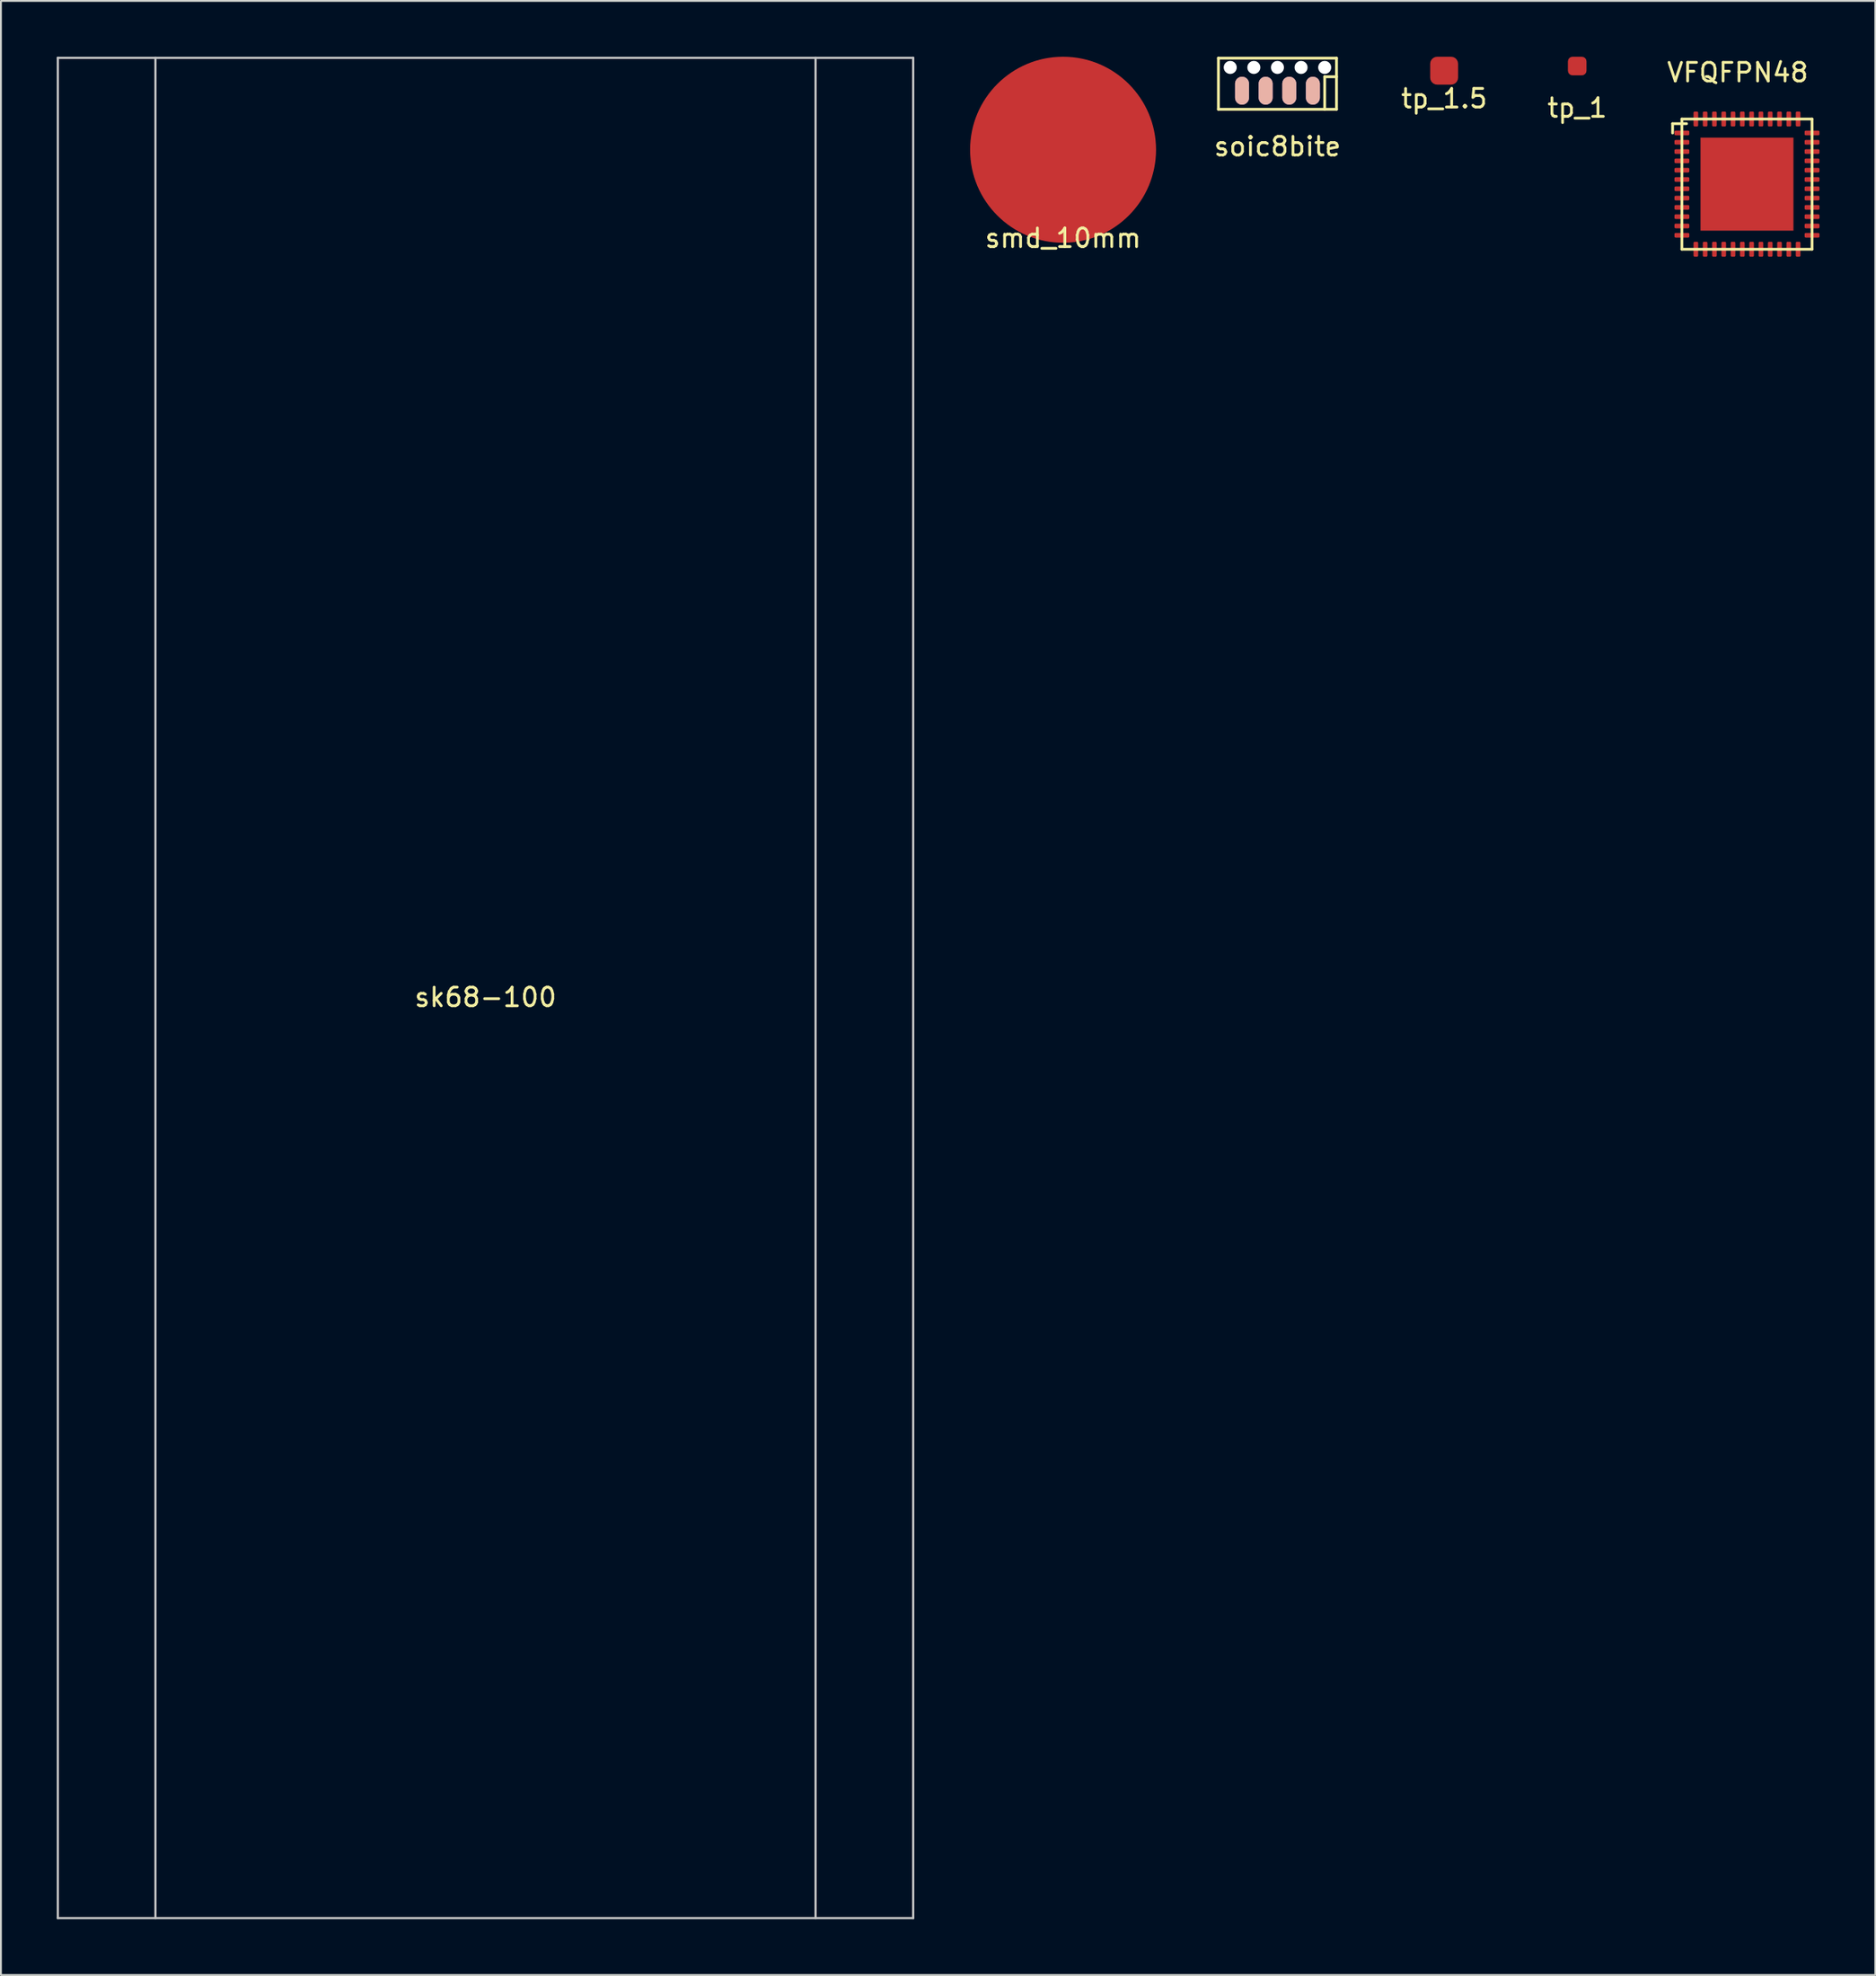
<source format=kicad_pcb>
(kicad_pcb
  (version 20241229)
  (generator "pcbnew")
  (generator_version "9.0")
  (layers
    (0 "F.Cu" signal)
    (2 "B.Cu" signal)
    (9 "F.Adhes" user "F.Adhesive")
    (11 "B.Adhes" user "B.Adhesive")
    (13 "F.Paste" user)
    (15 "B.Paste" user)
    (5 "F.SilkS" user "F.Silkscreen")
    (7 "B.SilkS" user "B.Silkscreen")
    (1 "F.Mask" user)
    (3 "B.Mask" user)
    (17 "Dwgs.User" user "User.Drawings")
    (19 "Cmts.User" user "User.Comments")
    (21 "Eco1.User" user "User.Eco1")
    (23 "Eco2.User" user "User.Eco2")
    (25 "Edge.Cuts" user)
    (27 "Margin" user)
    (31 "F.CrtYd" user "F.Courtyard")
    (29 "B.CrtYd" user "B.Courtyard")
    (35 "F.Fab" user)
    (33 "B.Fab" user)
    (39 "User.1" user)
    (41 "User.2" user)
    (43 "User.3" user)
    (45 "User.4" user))
  (footprint "sk68-100"
    (layer "F.Cu")
    (at 23.06 50.06)
    (property "Reference" "sk68-100" (at 0 0.5 0) (layer "F.SilkS") (effects (font (size 1 1) (thickness 0.15))))
    (attr through_hole)
    (fp_line (start -23 -50) (end -23 50) (stroke (width 0.12) (type solid)) (layer "Dwgs.User"))
    (fp_line (start -23 -50) (end 23 -50) (stroke (width 0.12) (type solid)) (layer "Dwgs.User"))
    (fp_line (start -17.75 50) (end -17.75 -50) (stroke (width 0.12) (type solid)) (layer "Dwgs.User"))
    (fp_line (start 17.75 -50) (end 17.75 50) (stroke (width 0.12) (type solid)) (layer "Dwgs.User"))
    (fp_line (start 23 -50) (end 23 50) (stroke (width 0.12) (type solid)) (layer "Dwgs.User"))
    (fp_line (start 23 50) (end -23 50) (stroke (width 0.12) (type solid)) (layer "Dwgs.User")))
  (footprint "tp_1"
    (layer "F.Cu")
    (at 81.769 0.5)
    (property "Reference" "tp_1" (at 0 2.25 0) (layer "F.SilkS") (effects (font (size 1 1) (thickness 0.15))))
    (attr through_hole)
    (pad "1" smd roundrect (at 0 0) (size 1 1) (layers "F.Cu" "F.Mask") (roundrect_rratio 0.25)))
  (footprint "smd_10mm"
    (layer "F.Cu")
    (at 54.12 5)
    (property "Reference" "smd_10mm" (at 0 4.75 0) (layer "F.SilkS") (effects (font (size 1 1) (thickness 0.15))))
    (pad "1" smd circle (at 0 0) (size 10 10) (layers "F.Cu" "F.Mask" "F.Paste")))
  (footprint "soic8bite"
    (layer "F.Cu")
    (at 65.65 1.825)
    (property "Reference" "soic8bite" (at 0 3 0) (layer "F.SilkS") (effects (font (size 1 1) (thickness 0.15))))
    (attr through_hole)
    (fp_line (start -3.175 -1.75) (end 3.175 -1.75) (stroke (width 0.15) (type solid)) (layer "F.SilkS"))
    (fp_line (start -3.175 1) (end -3.175 -1.75) (stroke (width 0.15) (type solid)) (layer "F.SilkS"))
    (fp_line (start 2.54 -0.75) (end 3.175 -0.75) (stroke (width 0.15) (type solid)) (layer "F.SilkS"))
    (fp_line (start 2.54 1) (end 2.54 -0.75) (stroke (width 0.15) (type solid)) (layer "F.SilkS"))
    (fp_line (start 3.175 -1.75) (end 3.175 1) (stroke (width 0.15) (type solid)) (layer "F.SilkS"))
    (fp_line (start 3.175 1) (end -3.175 1) (stroke (width 0.15) (type solid)) (layer "F.SilkS"))
    (pad "" np_thru_hole circle (at -2.54 -1.25) (size 0.7 0.7) (drill 0.7) (layers "*.Cu" "*.Mask"))
    (pad "" np_thru_hole circle (at -1.27 -1.25) (size 0.7 0.7) (drill 0.7) (layers "*.Cu" "*.Mask"))
    (pad "" np_thru_hole circle (at 0 -1.25) (size 0.7 0.7) (drill 0.7) (layers "*.Cu" "*.Mask"))
    (pad "" np_thru_hole circle (at 1.27 -1.25) (size 0.7 0.7) (drill 0.7) (layers "*.Cu" "*.Mask"))
    (pad "" np_thru_hole circle (at 2.54 -1.25) (size 0.7 0.7) (drill 0.7) (layers "*.Cu" "*.Mask"))
    (pad "1" smd oval (at 1.905 0) (size 0.75 1.5) (layers "F.Cu" "F.Mask"))
    (pad "2" smd oval (at 0.635 0) (size 0.75 1.5) (layers "F.Cu" "F.Mask"))
    (pad "3" smd oval (at -0.635 0) (size 0.75 1.5) (layers "F.Cu" "F.Mask"))
    (pad "4" smd oval (at -1.905 0) (size 0.75 1.5) (layers "F.Cu" "F.Mask"))
    (pad "5" smd oval (at -1.905 0) (size 0.75 1.5) (layers "B.Cu" "B.SilkS"))
    (pad "6" smd oval (at -0.635 0) (size 0.75 1.5) (layers "B.Cu" "B.SilkS"))
    (pad "7" smd oval (at 0.635 0) (size 0.75 1.5) (layers "B.Cu" "B.SilkS"))
    (pad "8" smd oval (at 1.905 0) (size 0.75 1.5) (layers "B.Cu" "B.SilkS")))
  (footprint "VFQFPN48"
    (layer "F.Cu")
    (at 90.9 6.848)
    (property "Reference" "VFQFPN48" (at -0.5 -6 0) (layer "F.SilkS") (effects (font (size 1 1) (thickness 0.15))))
    (attr smd)
    (fp_line (start -4 -3.25) (end -4 -2.75) (stroke (width 0.15) (type solid)) (layer "F.SilkS"))
    (fp_line (start -3.5 -3.5) (end -3.5 3.5) (stroke (width 0.15) (type solid)) (layer "F.SilkS"))
    (fp_line (start -3.5 -3.5) (end 3.5 -3.5) (stroke (width 0.15) (type solid)) (layer "F.SilkS"))
    (fp_line (start -3.5 3.5) (end 3.5 3.5) (stroke (width 0.15) (type solid)) (layer "F.SilkS"))
    (fp_line (start -3.25 -3.25) (end -4 -3.25) (stroke (width 0.15) (type solid)) (layer "F.SilkS"))
    (fp_line (start 3.5 -3.5) (end 3.5 3.5) (stroke (width 0.15) (type solid)) (layer "F.SilkS"))
    (pad "1" smd roundrect (at -3.5 -2.75) (size 0.8 0.25) (layers "F.Cu" "F.Mask" "F.Paste") (roundrect_rratio 0.25))
    (pad "2" smd roundrect (at -3.5 -2.25) (size 0.8 0.25) (layers "F.Cu" "F.Mask" "F.Paste") (roundrect_rratio 0.25))
    (pad "3" smd roundrect (at -3.5 -1.75) (size 0.8 0.25) (layers "F.Cu" "F.Mask" "F.Paste") (roundrect_rratio 0.25))
    (pad "4" smd roundrect (at -3.5 -1.25) (size 0.8 0.25) (layers "F.Cu" "F.Mask" "F.Paste") (roundrect_rratio 0.25))
    (pad "5" smd roundrect (at -3.5 -0.75) (size 0.8 0.25) (layers "F.Cu" "F.Mask" "F.Paste") (roundrect_rratio 0.25))
    (pad "6" smd roundrect (at -3.5 -0.25) (size 0.8 0.25) (layers "F.Cu" "F.Mask" "F.Paste") (roundrect_rratio 0.25))
    (pad "7" smd roundrect (at -3.5 0.25) (size 0.8 0.25) (layers "F.Cu" "F.Mask" "F.Paste") (roundrect_rratio 0.25))
    (pad "8" smd roundrect (at -3.5 0.75) (size 0.8 0.25) (layers "F.Cu" "F.Mask" "F.Paste") (roundrect_rratio 0.25))
    (pad "9" smd roundrect (at -3.5 1.25) (size 0.8 0.25) (layers "F.Cu" "F.Mask" "F.Paste") (roundrect_rratio 0.25))
    (pad "10" smd roundrect (at -3.5 1.75) (size 0.8 0.25) (layers "F.Cu" "F.Mask" "F.Paste") (roundrect_rratio 0.25))
    (pad "11" smd roundrect (at -3.5 2.25) (size 0.8 0.25) (layers "F.Cu" "F.Mask" "F.Paste") (roundrect_rratio 0.25))
    (pad "12" smd roundrect (at -3.5 2.75) (size 0.8 0.25) (layers "F.Cu" "F.Mask" "F.Paste") (roundrect_rratio 0.25))
    (pad "13" smd roundrect (at -2.75 3.5) (size 0.25 0.8) (layers "F.Cu" "F.Mask" "F.Paste") (roundrect_rratio 0.25))
    (pad "14" smd roundrect (at -2.25 3.5) (size 0.25 0.8) (layers "F.Cu" "F.Mask" "F.Paste") (roundrect_rratio 0.25))
    (pad "15" smd roundrect (at -1.75 3.5) (size 0.25 0.8) (layers "F.Cu" "F.Mask" "F.Paste") (roundrect_rratio 0.25))
    (pad "16" smd roundrect (at -1.25 3.5) (size 0.25 0.8) (layers "F.Cu" "F.Mask" "F.Paste") (roundrect_rratio 0.25))
    (pad "17" smd roundrect (at -0.75 3.5) (size 0.25 0.8) (layers "F.Cu" "F.Mask" "F.Paste") (roundrect_rratio 0.25))
    (pad "18" smd roundrect (at -0.25 3.5) (size 0.25 0.8) (layers "F.Cu" "F.Mask" "F.Paste") (roundrect_rratio 0.25))
    (pad "19" smd roundrect (at 0.25 3.5) (size 0.25 0.8) (layers "F.Cu" "F.Mask" "F.Paste") (roundrect_rratio 0.25))
    (pad "20" smd roundrect (at 0.75 3.5) (size 0.25 0.8) (layers "F.Cu" "F.Mask" "F.Paste") (roundrect_rratio 0.25))
    (pad "21" smd roundrect (at 1.25 3.5) (size 0.25 0.8) (layers "F.Cu" "F.Mask" "F.Paste") (roundrect_rratio 0.25))
    (pad "22" smd roundrect (at 1.75 3.5) (size 0.25 0.8) (layers "F.Cu" "F.Mask" "F.Paste") (roundrect_rratio 0.25))
    (pad "23" smd roundrect (at 2.25 3.5) (size 0.25 0.8) (layers "F.Cu" "F.Mask" "F.Paste") (roundrect_rratio 0.25))
    (pad "24" smd roundrect (at 2.75 3.5) (size 0.25 0.8) (layers "F.Cu" "F.Mask" "F.Paste") (roundrect_rratio 0.25))
    (pad "25" smd roundrect (at 3.5 2.75) (size 0.8 0.25) (layers "F.Cu" "F.Mask" "F.Paste") (roundrect_rratio 0.25))
    (pad "26" smd roundrect (at 3.5 2.25) (size 0.8 0.25) (layers "F.Cu" "F.Mask" "F.Paste") (roundrect_rratio 0.25))
    (pad "27" smd roundrect (at 3.5 1.75) (size 0.8 0.25) (layers "F.Cu" "F.Mask" "F.Paste") (roundrect_rratio 0.25))
    (pad "28" smd roundrect (at 3.5 1.25) (size 0.8 0.25) (layers "F.Cu" "F.Mask" "F.Paste") (roundrect_rratio 0.25))
    (pad "29" smd roundrect (at 3.5 0.75) (size 0.8 0.25) (layers "F.Cu" "F.Mask" "F.Paste") (roundrect_rratio 0.25))
    (pad "30" smd roundrect (at 3.5 0.25) (size 0.8 0.25) (layers "F.Cu" "F.Mask" "F.Paste") (roundrect_rratio 0.25))
    (pad "31" smd roundrect (at 3.5 -0.25) (size 0.8 0.25) (layers "F.Cu" "F.Mask" "F.Paste") (roundrect_rratio 0.25))
    (pad "32" smd roundrect (at 3.5 -0.75) (size 0.8 0.25) (layers "F.Cu" "F.Mask" "F.Paste") (roundrect_rratio 0.25))
    (pad "33" smd roundrect (at 3.5 -1.25) (size 0.8 0.25) (layers "F.Cu" "F.Mask" "F.Paste") (roundrect_rratio 0.25))
    (pad "34" smd roundrect (at 3.5 -1.75) (size 0.8 0.25) (layers "F.Cu" "F.Mask" "F.Paste") (roundrect_rratio 0.25))
    (pad "35" smd roundrect (at 3.5 -2.25) (size 0.8 0.25) (layers "F.Cu" "F.Mask" "F.Paste") (roundrect_rratio 0.25))
    (pad "36" smd roundrect (at 3.5 -2.75) (size 0.8 0.25) (layers "F.Cu" "F.Mask" "F.Paste") (roundrect_rratio 0.25))
    (pad "37" smd roundrect (at 2.75 -3.5) (size 0.25 0.8) (layers "F.Cu" "F.Mask" "F.Paste") (roundrect_rratio 0.25))
    (pad "38" smd roundrect (at 2.25 -3.5) (size 0.25 0.8) (layers "F.Cu" "F.Mask" "F.Paste") (roundrect_rratio 0.25))
    (pad "39" smd roundrect (at 1.75 -3.5) (size 0.25 0.8) (layers "F.Cu" "F.Mask" "F.Paste") (roundrect_rratio 0.25))
    (pad "40" smd roundrect (at 1.25 -3.5) (size 0.25 0.8) (layers "F.Cu" "F.Mask" "F.Paste") (roundrect_rratio 0.25))
    (pad "41" smd roundrect (at 0.75 -3.5) (size 0.25 0.8) (layers "F.Cu" "F.Mask" "F.Paste") (roundrect_rratio 0.25))
    (pad "42" smd roundrect (at 0.25 -3.5) (size 0.25 0.8) (layers "F.Cu" "F.Mask" "F.Paste") (roundrect_rratio 0.25))
    (pad "43" smd roundrect (at -0.25 -3.5) (size 0.25 0.8) (layers "F.Cu" "F.Mask" "F.Paste") (roundrect_rratio 0.25))
    (pad "44" smd roundrect (at -0.75 -3.5) (size 0.25 0.8) (layers "F.Cu" "F.Mask" "F.Paste") (roundrect_rratio 0.25))
    (pad "45" smd roundrect (at -1.25 -3.5) (size 0.25 0.8) (layers "F.Cu" "F.Mask" "F.Paste") (roundrect_rratio 0.25))
    (pad "46" smd roundrect (at -1.75 -3.5) (size 0.25 0.8) (layers "F.Cu" "F.Mask" "F.Paste") (roundrect_rratio 0.25))
    (pad "47" smd roundrect (at -2.25 -3.5) (size 0.25 0.8) (layers "F.Cu" "F.Mask" "F.Paste") (roundrect_rratio 0.25))
    (pad "48" smd roundrect (at -2.75 -3.5) (size 0.25 0.8) (layers "F.Cu" "F.Mask" "F.Paste") (roundrect_rratio 0.25))
    (pad "49" smd rect (at 0 0) (size 5 5) (layers "F.Cu" "F.Mask" "F.Paste")))
  (footprint "tp_1.5"
    (layer "F.Cu")
    (at 74.614 0.75)
    (property "Reference" "tp_1.5" (at 0 1.5 0) (layer "F.SilkS") (effects (font (size 1 1) (thickness 0.15))))
    (attr through_hole)
    (pad "1" smd roundrect (at 0 0) (size 1.5 1.5) (layers "F.Cu" "F.Mask") (roundrect_rratio 0.25)))
  (gr_rect
    (start -3 -3)
    (end 97.8 103.12)
    (stroke (width 0.1) (type default))
    (fill no)
    (layer "Edge.Cuts")))
</source>
